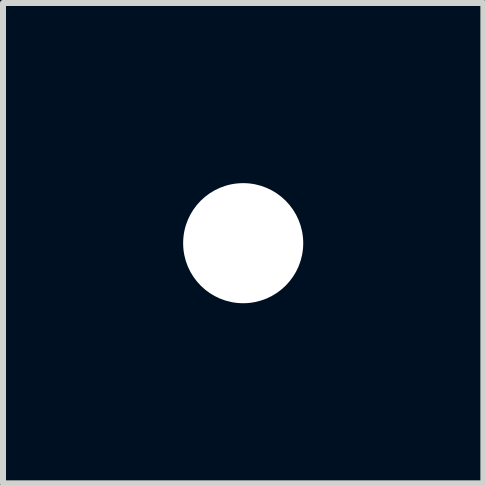
<source format=kicad_pcb>
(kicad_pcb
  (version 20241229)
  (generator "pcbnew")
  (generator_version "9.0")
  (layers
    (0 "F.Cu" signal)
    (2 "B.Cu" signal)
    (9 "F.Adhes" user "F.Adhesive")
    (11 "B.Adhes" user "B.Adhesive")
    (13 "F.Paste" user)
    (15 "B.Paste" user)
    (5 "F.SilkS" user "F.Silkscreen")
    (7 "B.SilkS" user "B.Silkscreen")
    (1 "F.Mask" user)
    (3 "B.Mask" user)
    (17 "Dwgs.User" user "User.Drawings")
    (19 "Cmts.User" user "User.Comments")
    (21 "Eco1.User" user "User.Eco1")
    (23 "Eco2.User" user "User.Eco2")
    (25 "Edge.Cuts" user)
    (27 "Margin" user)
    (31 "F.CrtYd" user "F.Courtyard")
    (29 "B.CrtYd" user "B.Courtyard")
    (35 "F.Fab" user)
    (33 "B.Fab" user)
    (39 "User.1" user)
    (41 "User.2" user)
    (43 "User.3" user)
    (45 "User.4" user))
  (footprint "KEYCHAIN"
    (layer "F.Cu")
    (at 1 1)
    (property "Reference" "KEYCHAIN" (at 0 0.5 0) (layer "F.SilkS") (effects (font (size 0.127 0.127) (thickness 0.032))))
    (attr through_hole)
    (pad "" np_thru_hole circle (at 0 0) (size 2 2) (drill 2) (layers "*.Cu" "*.Mask")))
  (gr_rect
    (start -3 -3)
    (end 5 5)
    (stroke (width 0.1) (type default))
    (fill no)
    (layer "Edge.Cuts")))
</source>
